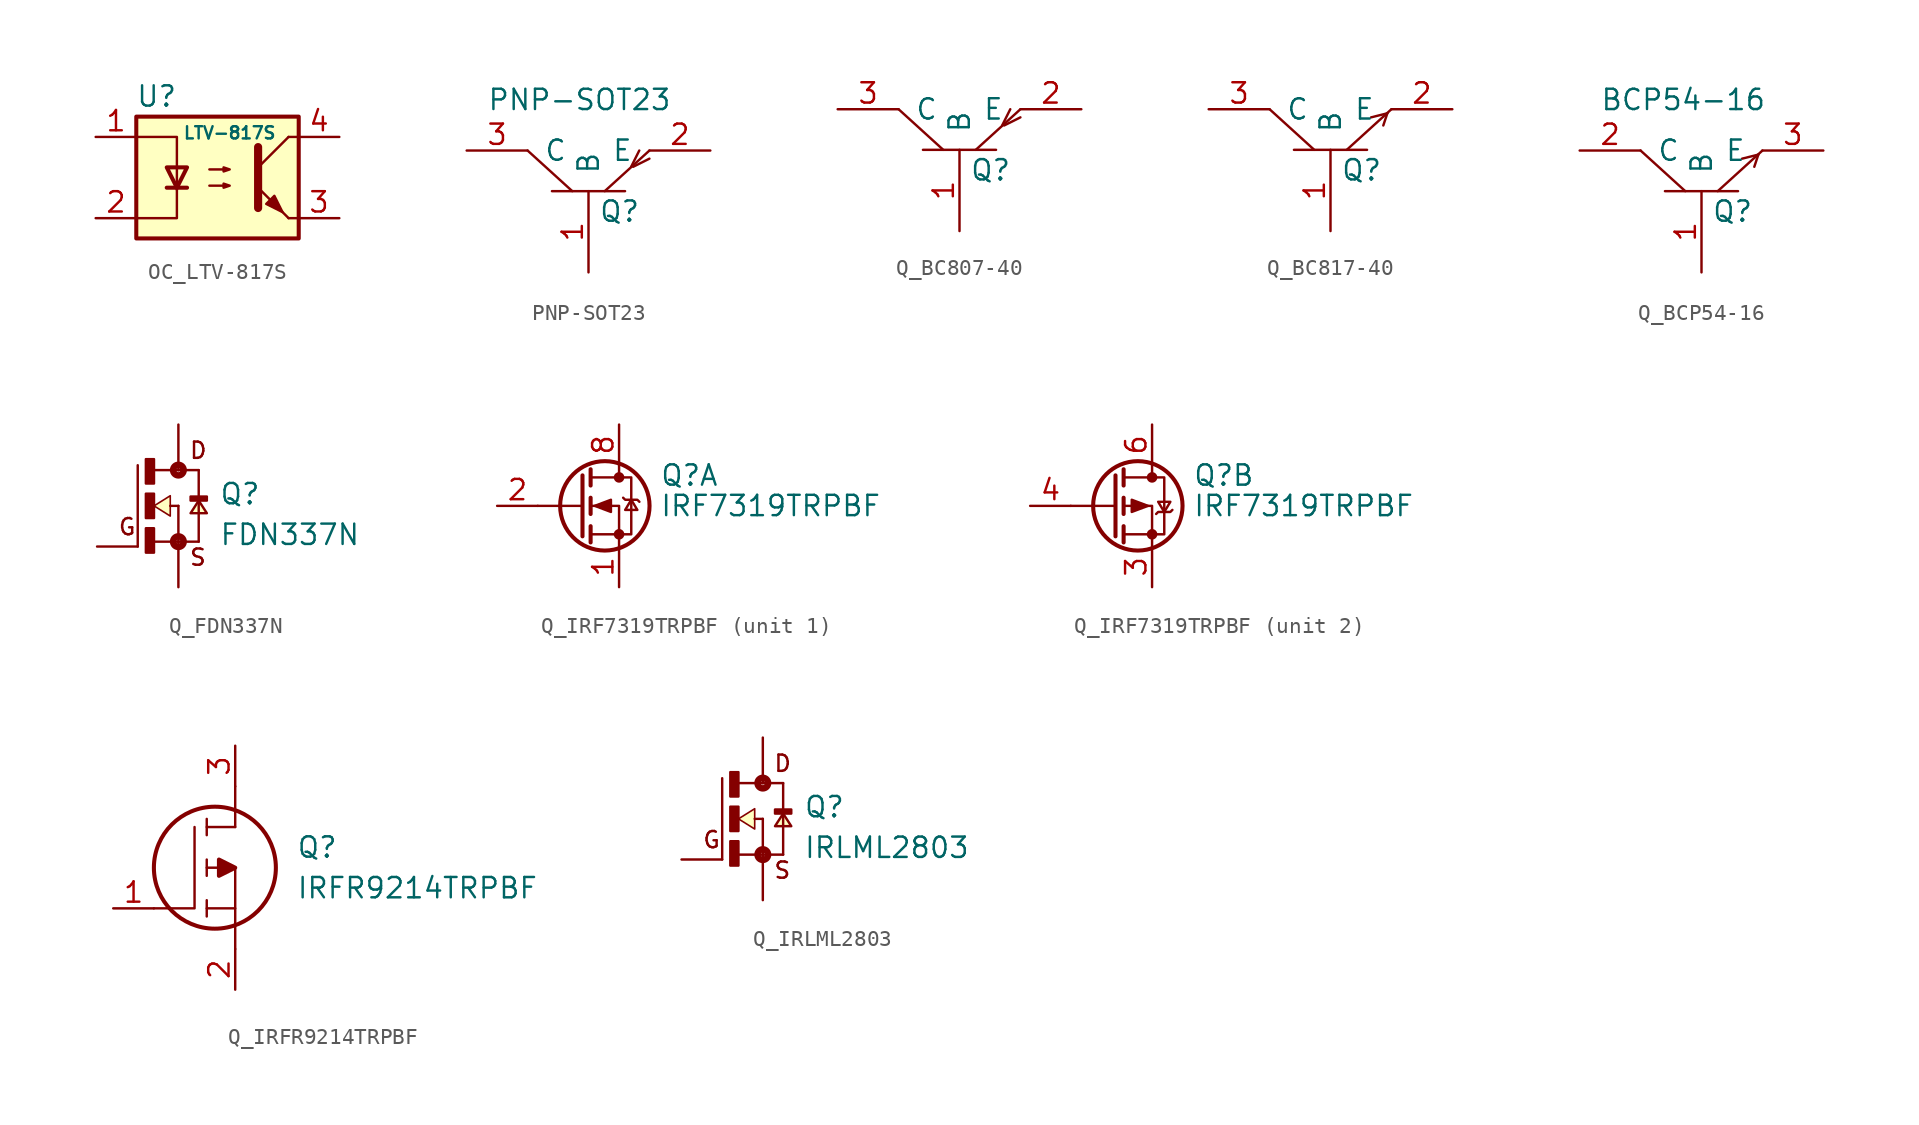
<source format=kicad_sym>
(kicad_symbol_lib
  (version 20220914)
  (generator kicad_symbol_editor)
  (symbol "OC_LTV-817S"
    (pin_names
      (offset 1.016))
    (property "Reference" "U"
      (at -3.81 5.08 0)
      (effects (font (size 1.27 1.27))))
    (property "Value" "LTV-817S"
      (at 0.762 2.794 0)
      (effects (font (size 0.762 0.762))))
    (symbol "OC_LTV-817S_1_1"
      (rectangle (start -5.08 3.81) (end 5.08 -3.81) (stroke (width 0.254) (type default)) (fill (type background)))
      (polyline (pts (xy -3.175 -0.635) (xy -1.905 -0.635)) (stroke (width 0.254) (type default)) (fill (type none)))
      (polyline (pts (xy 2.54 0.635) (xy 4.445 2.54)) (stroke (width 0) (type default)) (fill (type none)))
      (polyline (pts (xy 4.445 -2.54) (xy 2.54 -0.635)) (stroke (width 0) (type default)) (fill (type outline)))
      (polyline (pts (xy 4.445 -2.54) (xy 5.08 -2.54)) (stroke (width 0) (type default)) (fill (type none)))
      (polyline (pts (xy 4.445 2.54) (xy 5.08 2.54)) (stroke (width 0) (type default)) (fill (type none)))
      (polyline (pts (xy -5.08 2.54) (xy -2.54 2.54) (xy -2.54 -0.762)) (stroke (width 0) (type default)) (fill (type none)))
      (polyline (pts (xy -2.54 -0.635) (xy -2.54 -2.54) (xy -5.08 -2.54)) (stroke (width 0) (type default)) (fill (type none)))
      (polyline (pts (xy 2.54 1.905) (xy 2.54 -1.905) (xy 2.54 -1.905)) (stroke (width 0.508) (type default)) (fill (type none)))
      (polyline (pts (xy -2.54 -0.635) (xy -3.175 0.635) (xy -1.905 0.635) (xy -2.54 -0.635)) (stroke (width 0.254) (type default)) (fill (type none)))
      (polyline (pts (xy -0.508 -0.508) (xy 0.762 -0.508) (xy 0.381 -0.635) (xy 0.381 -0.381) (xy 0.762 -0.508)) (stroke (width 0) (type default)) (fill (type none)))
      (polyline (pts (xy -0.508 0.508) (xy 0.762 0.508) (xy 0.381 0.381) (xy 0.381 0.635) (xy 0.762 0.508)) (stroke (width 0) (type default)) (fill (type none)))
      (polyline (pts (xy 3.048 -1.651) (xy 3.556 -1.143) (xy 4.064 -2.159) (xy 3.048 -1.651) (xy 3.048 -1.651)) (stroke (width 0) (type default)) (fill (type outline)))
      (pin passive line (at -7.62 2.54 0) (length 2.54) (name "~" (effects (font (size 1.27 1.27)))) (number "1" (effects (font (size 1.27 1.27)))))
      (pin passive line (at -7.62 -2.54 0) (length 2.54) (name "~" (effects (font (size 1.27 1.27)))) (number "2" (effects (font (size 1.27 1.27)))))
      (pin passive line (at 7.62 -2.54 180) (length 2.54) (name "~" (effects (font (size 1.27 1.27)))) (number "3" (effects (font (size 1.27 1.27)))))
      (pin passive line (at 7.62 2.54 180) (length 2.54) (name "~" (effects (font (size 1.27 1.27)))) (number "4" (effects (font (size 1.27 1.27)))))))
  (symbol "PNP-SOT23"
    (pin_names
      (offset 1.016))
    (property "Reference" "Q"
      (at 0.635 -3.81 0)
      (effects (font (size 1.27 1.27)) (justify left)))
    (property "Value" "PNP-SOT23"
      (at -6.35 3.175 0)
      (effects (font (size 1.27 1.27)) (justify left)))
    (symbol "PNP-SOT23_0_1"
      (polyline (pts (xy -2.286 -2.54) (xy 2.286 -2.54)) (stroke (width 0) (type default)) (fill (type none)))
      (polyline (pts (xy -1.016 -2.54) (xy -3.81 0)) (stroke (width 0) (type default)) (fill (type none)))
      (polyline (pts (xy 3.175 0) (xy 2.667 -1.016)) (stroke (width 0) (type default)) (fill (type none)))
      (polyline (pts (xy 3.81 -0.508) (xy 2.794 -1.016)) (stroke (width 0) (type default)) (fill (type none)))
      (polyline (pts (xy 3.81 0) (xy 1.016 -2.54)) (stroke (width 0) (type default)) (fill (type none))))
    (symbol "PNP-SOT23_1_1"
      (pin passive line (at 0 -7.62 90) (length 5.08) (name "B" (effects (font (size 1.27 1.27)))) (number "1" (effects (font (size 1.27 1.27)))))
      (pin passive line (at 7.62 0 180) (length 3.81) (name "E" (effects (font (size 1.27 1.27)))) (number "2" (effects (font (size 1.27 1.27)))))
      (pin passive line (at -7.62 0 0) (length 3.81) (name "C" (effects (font (size 1.27 1.27)))) (number "3" (effects (font (size 1.27 1.27)))))))
  (symbol "Q_BC807-40"
    (pin_names
      (offset 1.016))
    (property "Reference" "Q"
      (at 0.635 -3.81 0)
      (effects (font (size 1.27 1.27)) (justify left)))
    (symbol "Q_BC807-40_0_1"
      (polyline (pts (xy -2.286 -2.54) (xy 2.286 -2.54)) (stroke (width 0) (type default)) (fill (type none)))
      (polyline (pts (xy -1.016 -2.54) (xy -3.81 0)) (stroke (width 0) (type default)) (fill (type none)))
      (polyline (pts (xy 3.175 0) (xy 2.667 -1.016)) (stroke (width 0) (type default)) (fill (type none)))
      (polyline (pts (xy 3.81 -0.508) (xy 2.794 -1.016)) (stroke (width 0) (type default)) (fill (type none)))
      (polyline (pts (xy 3.81 0) (xy 1.016 -2.54)) (stroke (width 0) (type default)) (fill (type none))))
    (symbol "Q_BC807-40_1_1"
      (pin passive line (at 0 -7.62 90) (length 5.08) (name "B" (effects (font (size 1.27 1.27)))) (number "1" (effects (font (size 1.27 1.27)))))
      (pin passive line (at 7.62 0 180) (length 3.81) (name "E" (effects (font (size 1.27 1.27)))) (number "2" (effects (font (size 1.27 1.27)))))
      (pin passive line (at -7.62 0 0) (length 3.81) (name "C" (effects (font (size 1.27 1.27)))) (number "3" (effects (font (size 1.27 1.27)))))))
  (symbol "Q_BC817-40"
    (pin_names
      (offset 1.016))
    (property "Reference" "Q"
      (at 0.635 -3.81 0)
      (effects (font (size 1.27 1.27)) (justify left)))
    (symbol "Q_BC817-40_0_1"
      (polyline (pts (xy -2.286 -2.54) (xy 2.286 -2.54)) (stroke (width 0) (type default)) (fill (type none)))
      (polyline (pts (xy -1.016 -2.54) (xy -3.81 0)) (stroke (width 0) (type default)) (fill (type none)))
      (polyline (pts (xy 3.556 -0.254) (xy 2.54 -0.508)) (stroke (width 0) (type default)) (fill (type none)))
      (polyline (pts (xy 3.556 -0.254) (xy 3.302 -1.016)) (stroke (width 0) (type default)) (fill (type none)))
      (polyline (pts (xy 3.81 0) (xy 1.016 -2.54)) (stroke (width 0) (type default)) (fill (type none))))
    (symbol "Q_BC817-40_1_1"
      (pin passive line (at 0 -7.62 90) (length 5.08) (name "B" (effects (font (size 1.27 1.27)))) (number "1" (effects (font (size 1.27 1.27)))))
      (pin passive line (at 7.62 0 180) (length 3.81) (name "E" (effects (font (size 1.27 1.27)))) (number "2" (effects (font (size 1.27 1.27)))))
      (pin passive line (at -7.62 0 0) (length 3.81) (name "C" (effects (font (size 1.27 1.27)))) (number "3" (effects (font (size 1.27 1.27)))))))
  (symbol "Q_BCP54-16"
    (pin_names
      (offset 1.016))
    (property "Reference" "Q"
      (at 0.635 -3.81 0)
      (effects (font (size 1.27 1.27)) (justify left)))
    (property "Value" "BCP54-16"
      (at -6.35 3.175 0)
      (effects (font (size 1.27 1.27)) (justify left)))
    (symbol "Q_BCP54-16_0_1"
      (polyline (pts (xy -2.286 -2.54) (xy 2.286 -2.54)) (stroke (width 0) (type default)) (fill (type none)))
      (polyline (pts (xy -1.016 -2.54) (xy -3.81 0)) (stroke (width 0) (type default)) (fill (type none)))
      (polyline (pts (xy 3.556 -0.254) (xy 2.54 -0.508)) (stroke (width 0) (type default)) (fill (type none)))
      (polyline (pts (xy 3.556 -0.254) (xy 3.302 -1.016)) (stroke (width 0) (type default)) (fill (type none)))
      (polyline (pts (xy 3.81 0) (xy 1.016 -2.54)) (stroke (width 0) (type default)) (fill (type none))))
    (symbol "Q_BCP54-16_1_1"
      (pin passive line (at 0 -7.62 90) (length 5.08) (name "B" (effects (font (size 1.27 1.27)))) (number "1" (effects (font (size 1.27 1.27)))))
      (pin passive line (at -7.62 0 0) (length 3.81) (name "C" (effects (font (size 1.27 1.27)))) (number "2" (effects (font (size 1.27 1.27)))))
      (pin passive line (at 7.62 0 180) (length 3.81) (name "E" (effects (font (size 1.27 1.27)))) (number "3" (effects (font (size 1.27 1.27)))))))
  (symbol "Q_FDN337N"
    (pin_numbers hide)
    (pin_names
      (offset 1.016) hide)
    (property "Reference" "Q"
      (at 2.54 0 0)
      (effects (font (size 1.27 1.27)) (justify left bottom)))
    (property "Value" "FDN337N"
      (at 2.54 -2.54 0)
      (effects (font (size 1.27 1.27)) (justify left bottom)))
    (symbol "Q_FDN337N_0_0"
      (rectangle (start -2.032 -2.921) (end -1.524 -1.397) (stroke (width 0) (type default)) (fill (type outline)))
      (rectangle (start -2.032 -0.762) (end -1.524 0.762) (stroke (width 0) (type default)) (fill (type outline)))
      (rectangle (start -2.032 1.397) (end -1.524 2.921) (stroke (width 0) (type default)) (fill (type outline)))
      (circle (center 0 -2.235) (radius 0.127) (stroke (width 0.406) (type default)) (fill (type none)))
      (polyline (pts (xy -2.54 -2.54) (xy -2.54 2.54)) (stroke (width 0.152) (type default)) (fill (type none)))
      (polyline (pts (xy -1.6 -2.235) (xy 0 -2.235)) (stroke (width 0.152) (type default)) (fill (type none)))
      (polyline (pts (xy -1.6 2.235) (xy 0 2.235)) (stroke (width 0.152) (type default)) (fill (type none)))
      (polyline (pts (xy -0.508 0) (xy 0 0)) (stroke (width 0.152) (type default)) (fill (type none)))
      (polyline (pts (xy 0 -2.235) (xy 0 -2.54)) (stroke (width 0.152) (type default)) (fill (type none)))
      (polyline (pts (xy 0 0) (xy 0 -2.235)) (stroke (width 0.152) (type default)) (fill (type none)))
      (polyline (pts (xy 0 2.235) (xy 1.27 2.235)) (stroke (width 0.152) (type default)) (fill (type none)))
      (polyline (pts (xy 0 2.54) (xy 0 2.235)) (stroke (width 0.152) (type default)) (fill (type none)))
      (polyline (pts (xy 1.27 -2.235) (xy 0 -2.235)) (stroke (width 0.152) (type default)) (fill (type none)))
      (polyline (pts (xy 1.27 2.235) (xy 1.27 -2.235)) (stroke (width 0.152) (type default)) (fill (type none)))
      (polyline (pts (xy -1.524 0) (xy -0.508 0.635) (xy -0.508 -0.635) (xy -1.524 0)) (stroke (width 0.102) (type default)) (fill (type background)))
      (polyline (pts (xy 1.27 0.33) (xy 0.762 -0.457) (xy 1.778 -0.457) (xy 1.27 0.33)) (stroke (width 0.152) (type default)) (fill (type background)))
      (circle (center 0 2.235) (radius 0.127) (stroke (width 0.406) (type default)) (fill (type none)))
      (rectangle (start 0.762 0.33) (end 1.778 0.584) (stroke (width 0) (type default)) (fill (type outline)))
      (text "D" (at 0.635 2.87 0) (effects (font (size 1.016 1.016)) (justify left bottom)))
      (text "G" (at -3.81 -1.905 0) (effects (font (size 1.016 1.016)) (justify left bottom)))
      (text "S" (at 0.635 -3.81 0) (effects (font (size 1.016 1.016)) (justify left bottom)))
      (pin passive line (at -5.08 -2.54 0) (length 2.54) (name "~" (effects (font (size 1.016 1.016)))) (number "1" (effects (font (size 1.016 1.016)))))
      (pin passive line (at 0 -5.08 90) (length 2.54) (name "~" (effects (font (size 1.016 1.016)))) (number "2" (effects (font (size 1.016 1.016)))))
      (pin passive line (at 0 5.08 270) (length 2.54) (name "~" (effects (font (size 1.016 1.016)))) (number "3" (effects (font (size 1.016 1.016)))))))
  (symbol "Q_IRF7319TRPBF"
    (pin_names hide)
    (property "Reference" "Q"
      (at 5.08 1.905 0)
      (effects (font (size 1.27 1.27)) (justify left)))
    (property "Value" "IRF7319TRPBF"
      (at 5.08 0 0)
      (effects (font (size 1.27 1.27)) (justify left)))
    (symbol "Q_IRF7319TRPBF_0_1"
      (polyline (pts (xy 0.254 0) (xy -2.54 0)) (stroke (width 0) (type default)) (fill (type none)))
      (polyline (pts (xy 0.254 1.905) (xy 0.254 -1.905)) (stroke (width 0.254) (type default)) (fill (type none)))
      (polyline (pts (xy 0.762 -1.27) (xy 0.762 -2.286)) (stroke (width 0.254) (type default)) (fill (type none)))
      (polyline (pts (xy 0.762 0.508) (xy 0.762 -0.508)) (stroke (width 0.254) (type default)) (fill (type none)))
      (polyline (pts (xy 0.762 2.286) (xy 0.762 1.27)) (stroke (width 0.254) (type default)) (fill (type none)))
      (polyline (pts (xy 2.54 2.54) (xy 2.54 1.778)) (stroke (width 0) (type default)) (fill (type none)))
      (polyline (pts (xy 2.54 -2.54) (xy 2.54 0) (xy 0.762 0)) (stroke (width 0) (type default)) (fill (type none)))
      (polyline (pts (xy 0.762 -1.778) (xy 3.302 -1.778) (xy 3.302 1.778) (xy 0.762 1.778)) (stroke (width 0) (type default)) (fill (type none)))
      (circle (center 1.651 0) (radius 2.794) (stroke (width 0.254) (type default)) (fill (type none)))
      (circle (center 2.54 -1.778) (radius 0.254) (stroke (width 0) (type default)) (fill (type outline)))
      (circle (center 2.54 1.778) (radius 0.254) (stroke (width 0) (type default)) (fill (type outline))))
    (symbol "Q_IRF7319TRPBF_1_1"
      (polyline (pts (xy 1.016 0) (xy 2.032 0.381) (xy 2.032 -0.381) (xy 1.016 0)) (stroke (width 0) (type default)) (fill (type outline)))
      (polyline (pts (xy 2.794 0.508) (xy 2.921 0.381) (xy 3.683 0.381) (xy 3.81 0.254)) (stroke (width 0) (type default)) (fill (type none)))
      (polyline (pts (xy 3.302 0.381) (xy 2.921 -0.254) (xy 3.683 -0.254) (xy 3.302 0.381)) (stroke (width 0) (type default)) (fill (type none)))
      (pin passive line (at 2.54 -5.08 90) (length 2.54) (name "S" (effects (font (size 1.27 1.27)))) (number "1" (effects (font (size 1.27 1.27)))))
      (pin input line (at -5.08 0 0) (length 2.54) (name "G" (effects (font (size 1.27 1.27)))) (number "2" (effects (font (size 1.27 1.27)))))
      (pin passive line (at 2.54 5.08 270) (length 2.54) hide (name "D" (effects (font (size 1.27 1.27)))) (number "7" (effects (font (size 1.27 1.27)))))
      (pin passive line (at 2.54 5.08 270) (length 2.54) (name "D" (effects (font (size 1.27 1.27)))) (number "8" (effects (font (size 1.27 1.27))))))
    (symbol "Q_IRF7319TRPBF_2_1"
      (polyline (pts (xy 2.286 0) (xy 1.27 0.381) (xy 1.27 -0.381) (xy 2.286 0)) (stroke (width 0) (type default)) (fill (type outline)))
      (polyline (pts (xy 2.794 -0.508) (xy 2.921 -0.381) (xy 3.683 -0.381) (xy 3.81 -0.254)) (stroke (width 0) (type default)) (fill (type none)))
      (polyline (pts (xy 3.302 -0.381) (xy 2.921 0.254) (xy 3.683 0.254) (xy 3.302 -0.381)) (stroke (width 0) (type default)) (fill (type none)))
      (pin passive line (at 2.54 -5.08 90) (length 2.54) (name "1" (effects (font (size 1.27 1.27)))) (number "3" (effects (font (size 1.27 1.27)))))
      (pin input line (at -5.08 0 0) (length 2.54) (name "G" (effects (font (size 1.27 1.27)))) (number "4" (effects (font (size 1.27 1.27)))))
      (pin passive line (at 2.54 5.08 270) (length 2.54) hide (name "D" (effects (font (size 1.27 1.27)))) (number "5" (effects (font (size 1.27 1.27)))))
      (pin passive line (at 2.54 5.08 270) (length 2.54) (name "D" (effects (font (size 1.27 1.27)))) (number "6" (effects (font (size 1.27 1.27)))))))
  (symbol "Q_IRFR9214TRPBF"
    (pin_names
      (offset 0.762))
    (property "Reference" "Q"
      (at 11.43 3.81 0)
      (effects (font (size 1.27 1.27)) (justify left)))
    (property "Value" "IRFR9214TRPBF"
      (at 11.43 1.27 0)
      (effects (font (size 1.27 1.27)) (justify left)))
    (symbol "Q_IRFR9214TRPBF_0_0"
      (pin passive line (at 0 0 0) (length 2.54) (name "~" (effects (font (size 1.27 1.27)))) (number "1" (effects (font (size 1.27 1.27)))))
      (pin passive line (at 7.62 -5.08 90) (length 2.54) (name "~" (effects (font (size 1.27 1.27)))) (number "2" (effects (font (size 1.27 1.27)))))
      (pin passive line (at 7.62 10.16 270) (length 2.54) (name "~" (effects (font (size 1.27 1.27)))) (number "3" (effects (font (size 1.27 1.27))))))
    (symbol "Q_IRFR9214TRPBF_0_1"
      (polyline (pts (xy 5.842 -0.508) (xy 5.842 0.508)) (stroke (width 0.152) (type default)) (fill (type none)))
      (polyline (pts (xy 5.842 0) (xy 7.62 0)) (stroke (width 0.152) (type default)) (fill (type none)))
      (polyline (pts (xy 5.842 2.032) (xy 5.842 3.048)) (stroke (width 0.152) (type default)) (fill (type none)))
      (polyline (pts (xy 5.842 5.588) (xy 5.842 4.572)) (stroke (width 0.152) (type default)) (fill (type none)))
      (polyline (pts (xy 7.62 2.54) (xy 5.842 2.54)) (stroke (width 0.152) (type default)) (fill (type none)))
      (polyline (pts (xy 7.62 2.54) (xy 7.62 -2.54)) (stroke (width 0.152) (type default)) (fill (type none)))
      (polyline (pts (xy 7.62 5.08) (xy 5.842 5.08)) (stroke (width 0.152) (type default)) (fill (type none)))
      (polyline (pts (xy 7.62 5.08) (xy 7.62 7.62)) (stroke (width 0.152) (type default)) (fill (type none)))
      (polyline (pts (xy 2.54 0) (xy 5.08 0) (xy 5.08 5.08)) (stroke (width 0.152) (type default)) (fill (type none)))
      (polyline (pts (xy 7.62 2.54) (xy 6.604 3.048) (xy 6.604 2.032) (xy 7.62 2.54)) (stroke (width 0.254) (type default)) (fill (type outline)))
      (circle (center 6.35 2.54) (radius 3.81) (stroke (width 0.254) (type default)) (fill (type none)))))
  (symbol "Q_IRLML2803"
    (pin_numbers hide)
    (pin_names
      (offset 1.016) hide)
    (property "Reference" "Q"
      (at 2.54 0 0)
      (effects (font (size 1.27 1.27)) (justify left bottom)))
    (property "Value" "IRLML2803"
      (at 2.54 -2.54 0)
      (effects (font (size 1.27 1.27)) (justify left bottom)))
    (symbol "Q_IRLML2803_0_0"
      (rectangle (start -2.032 -2.921) (end -1.524 -1.397) (stroke (width 0) (type default)) (fill (type outline)))
      (rectangle (start -2.032 -0.762) (end -1.524 0.762) (stroke (width 0) (type default)) (fill (type outline)))
      (rectangle (start -2.032 1.397) (end -1.524 2.921) (stroke (width 0) (type default)) (fill (type outline)))
      (circle (center 0 -2.235) (radius 0.127) (stroke (width 0.406) (type default)) (fill (type none)))
      (polyline (pts (xy -2.54 -2.54) (xy -2.54 2.54)) (stroke (width 0.152) (type default)) (fill (type none)))
      (polyline (pts (xy -1.6 -2.235) (xy 0 -2.235)) (stroke (width 0.152) (type default)) (fill (type none)))
      (polyline (pts (xy -1.6 2.235) (xy 0 2.235)) (stroke (width 0.152) (type default)) (fill (type none)))
      (polyline (pts (xy -0.508 0) (xy 0 0)) (stroke (width 0.152) (type default)) (fill (type none)))
      (polyline (pts (xy 0 -2.235) (xy 0 -2.54)) (stroke (width 0.152) (type default)) (fill (type none)))
      (polyline (pts (xy 0 0) (xy 0 -2.235)) (stroke (width 0.152) (type default)) (fill (type none)))
      (polyline (pts (xy 0 2.235) (xy 1.27 2.235)) (stroke (width 0.152) (type default)) (fill (type none)))
      (polyline (pts (xy 0 2.54) (xy 0 2.235)) (stroke (width 0.152) (type default)) (fill (type none)))
      (polyline (pts (xy 1.27 -2.235) (xy 0 -2.235)) (stroke (width 0.152) (type default)) (fill (type none)))
      (polyline (pts (xy 1.27 2.235) (xy 1.27 -2.235)) (stroke (width 0.152) (type default)) (fill (type none)))
      (polyline (pts (xy -1.524 0) (xy -0.508 0.635) (xy -0.508 -0.635) (xy -1.524 0)) (stroke (width 0.102) (type default)) (fill (type background)))
      (polyline (pts (xy 1.27 0.33) (xy 0.762 -0.457) (xy 1.778 -0.457) (xy 1.27 0.33)) (stroke (width 0.152) (type default)) (fill (type background)))
      (circle (center 0 2.235) (radius 0.127) (stroke (width 0.406) (type default)) (fill (type none)))
      (rectangle (start 0.762 0.33) (end 1.778 0.584) (stroke (width 0) (type default)) (fill (type outline)))
      (text "D" (at 0.635 2.87 0) (effects (font (size 1.016 1.016)) (justify left bottom)))
      (text "G" (at -3.81 -1.905 0) (effects (font (size 1.016 1.016)) (justify left bottom)))
      (text "S" (at 0.635 -3.81 0) (effects (font (size 1.016 1.016)) (justify left bottom)))
      (pin passive line (at -5.08 -2.54 0) (length 2.54) (name "~" (effects (font (size 1.016 1.016)))) (number "1" (effects (font (size 1.016 1.016)))))
      (pin passive line (at 0 -5.08 90) (length 2.54) (name "~" (effects (font (size 1.016 1.016)))) (number "2" (effects (font (size 1.016 1.016)))))
      (pin passive line (at 0 5.08 270) (length 2.54) (name "~" (effects (font (size 1.016 1.016)))) (number "3" (effects (font (size 1.016 1.016))))))))
</source>
